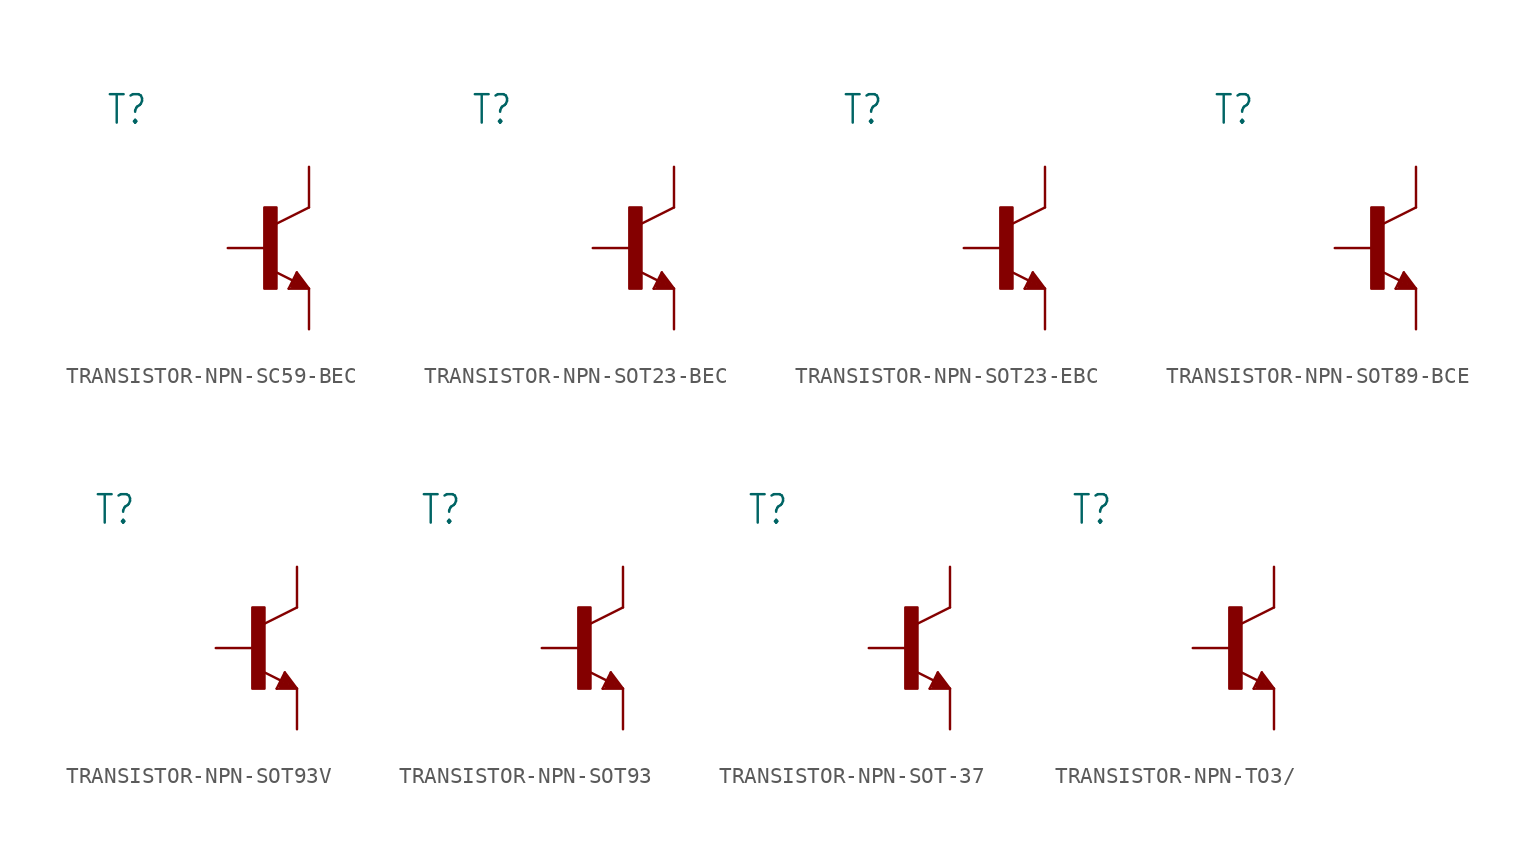
<source format=kicad_sym>
(kicad_symbol_lib
  (version 20231120)
  (generator "kicad_symbol_editor")
  (generator_version "8.0")
  (symbol "TRANSISTOR-NPN-SC59-BEC"
    (property "Reference" "T"
      (at -10.16 7.62 0)
      (effects (font (size 1.778 1.511)) (justify left bottom)))
    (property "Value" ""
      (at -10.16 5.08 0)
      (effects (font (size 1.778 1.511)) (justify left bottom)))
    (property "ki_locked" ""
      (at 0 0 0)
      (effects (font (size 1.27 1.27))))
    (symbol "TRANSISTOR-NPN-SC59-BEC_1_0"
      (rectangle (start -0.254 -2.54) (end 0.508 2.54) (stroke (width 0) (type default)) (fill (type outline)))
      (polyline (pts (xy 1.27 -2.54) (xy 1.778 -1.524)) (stroke (width 0.152) (type solid)) (fill (type none)))
      (polyline (pts (xy 1.524 -2.413) (xy 2.286 -2.413)) (stroke (width 0.254) (type solid)) (fill (type none)))
      (polyline (pts (xy 1.524 -2.286) (xy 1.905 -2.286)) (stroke (width 0.254) (type solid)) (fill (type none)))
      (polyline (pts (xy 1.54 -2.04) (xy 0.308 -1.424)) (stroke (width 0.152) (type solid)) (fill (type none)))
      (polyline (pts (xy 1.778 -1.778) (xy 1.524 -2.286)) (stroke (width 0.254) (type solid)) (fill (type none)))
      (polyline (pts (xy 1.778 -1.524) (xy 2.54 -2.54)) (stroke (width 0.152) (type solid)) (fill (type none)))
      (polyline (pts (xy 1.905 -2.286) (xy 1.778 -2.032)) (stroke (width 0.254) (type solid)) (fill (type none)))
      (polyline (pts (xy 2.286 -2.413) (xy 1.778 -1.778)) (stroke (width 0.254) (type solid)) (fill (type none)))
      (polyline (pts (xy 2.54 -2.54) (xy 1.27 -2.54)) (stroke (width 0.152) (type solid)) (fill (type none)))
      (polyline (pts (xy 2.54 2.54) (xy 0.508 1.524)) (stroke (width 0.152) (type solid)) (fill (type none)))
      (pin passive line (at -2.54 0 0) (length 2.54) (name "B" (effects (font (size 0 0)))) (number "B" (effects (font (size 0 0)))))
      (pin passive line (at 2.54 5.08 270) (length 2.54) (name "C" (effects (font (size 0 0)))) (number "C" (effects (font (size 0 0)))))
      (pin passive line (at 2.54 -5.08 90) (length 2.54) (name "E" (effects (font (size 0 0)))) (number "E" (effects (font (size 0 0)))))))
  (symbol "TRANSISTOR-NPN-SOT23-BEC"
    (property "Reference" "T"
      (at -10.16 7.62 0)
      (effects (font (size 1.778 1.511)) (justify left bottom)))
    (property "Value" ""
      (at -10.16 5.08 0)
      (effects (font (size 1.778 1.511)) (justify left bottom)))
    (property "ki_locked" ""
      (at 0 0 0)
      (effects (font (size 1.27 1.27))))
    (symbol "TRANSISTOR-NPN-SOT23-BEC_1_0"
      (rectangle (start -0.254 -2.54) (end 0.508 2.54) (stroke (width 0) (type default)) (fill (type outline)))
      (polyline (pts (xy 1.27 -2.54) (xy 1.778 -1.524)) (stroke (width 0.152) (type solid)) (fill (type none)))
      (polyline (pts (xy 1.524 -2.413) (xy 2.286 -2.413)) (stroke (width 0.254) (type solid)) (fill (type none)))
      (polyline (pts (xy 1.524 -2.286) (xy 1.905 -2.286)) (stroke (width 0.254) (type solid)) (fill (type none)))
      (polyline (pts (xy 1.54 -2.04) (xy 0.308 -1.424)) (stroke (width 0.152) (type solid)) (fill (type none)))
      (polyline (pts (xy 1.778 -1.778) (xy 1.524 -2.286)) (stroke (width 0.254) (type solid)) (fill (type none)))
      (polyline (pts (xy 1.778 -1.524) (xy 2.54 -2.54)) (stroke (width 0.152) (type solid)) (fill (type none)))
      (polyline (pts (xy 1.905 -2.286) (xy 1.778 -2.032)) (stroke (width 0.254) (type solid)) (fill (type none)))
      (polyline (pts (xy 2.286 -2.413) (xy 1.778 -1.778)) (stroke (width 0.254) (type solid)) (fill (type none)))
      (polyline (pts (xy 2.54 -2.54) (xy 1.27 -2.54)) (stroke (width 0.152) (type solid)) (fill (type none)))
      (polyline (pts (xy 2.54 2.54) (xy 0.508 1.524)) (stroke (width 0.152) (type solid)) (fill (type none)))
      (pin passive line (at -2.54 0 0) (length 2.54) (name "B" (effects (font (size 0 0)))) (number "B" (effects (font (size 0 0)))))
      (pin passive line (at 2.54 5.08 270) (length 2.54) (name "C" (effects (font (size 0 0)))) (number "C" (effects (font (size 0 0)))))
      (pin passive line (at 2.54 -5.08 90) (length 2.54) (name "E" (effects (font (size 0 0)))) (number "E" (effects (font (size 0 0)))))))
  (symbol "TRANSISTOR-NPN-SOT23-EBC"
    (property "Reference" "T"
      (at -10.16 7.62 0)
      (effects (font (size 1.778 1.511)) (justify left bottom)))
    (property "Value" ""
      (at -10.16 5.08 0)
      (effects (font (size 1.778 1.511)) (justify left bottom)))
    (property "ki_locked" ""
      (at 0 0 0)
      (effects (font (size 1.27 1.27))))
    (symbol "TRANSISTOR-NPN-SOT23-EBC_1_0"
      (rectangle (start -0.254 -2.54) (end 0.508 2.54) (stroke (width 0) (type default)) (fill (type outline)))
      (polyline (pts (xy 1.27 -2.54) (xy 1.778 -1.524)) (stroke (width 0.152) (type solid)) (fill (type none)))
      (polyline (pts (xy 1.524 -2.413) (xy 2.286 -2.413)) (stroke (width 0.254) (type solid)) (fill (type none)))
      (polyline (pts (xy 1.524 -2.286) (xy 1.905 -2.286)) (stroke (width 0.254) (type solid)) (fill (type none)))
      (polyline (pts (xy 1.54 -2.04) (xy 0.308 -1.424)) (stroke (width 0.152) (type solid)) (fill (type none)))
      (polyline (pts (xy 1.778 -1.778) (xy 1.524 -2.286)) (stroke (width 0.254) (type solid)) (fill (type none)))
      (polyline (pts (xy 1.778 -1.524) (xy 2.54 -2.54)) (stroke (width 0.152) (type solid)) (fill (type none)))
      (polyline (pts (xy 1.905 -2.286) (xy 1.778 -2.032)) (stroke (width 0.254) (type solid)) (fill (type none)))
      (polyline (pts (xy 2.286 -2.413) (xy 1.778 -1.778)) (stroke (width 0.254) (type solid)) (fill (type none)))
      (polyline (pts (xy 2.54 -2.54) (xy 1.27 -2.54)) (stroke (width 0.152) (type solid)) (fill (type none)))
      (polyline (pts (xy 2.54 2.54) (xy 0.508 1.524)) (stroke (width 0.152) (type solid)) (fill (type none)))
      (pin passive line (at -2.54 0 0) (length 2.54) (name "B" (effects (font (size 0 0)))) (number "B" (effects (font (size 0 0)))))
      (pin passive line (at 2.54 5.08 270) (length 2.54) (name "C" (effects (font (size 0 0)))) (number "C" (effects (font (size 0 0)))))
      (pin passive line (at 2.54 -5.08 90) (length 2.54) (name "E" (effects (font (size 0 0)))) (number "E" (effects (font (size 0 0)))))))
  (symbol "TRANSISTOR-NPN-SOT89-BCE"
    (property "Reference" "T"
      (at -10.16 7.62 0)
      (effects (font (size 1.778 1.511)) (justify left bottom)))
    (property "Value" ""
      (at -10.16 5.08 0)
      (effects (font (size 1.778 1.511)) (justify left bottom)))
    (property "ki_locked" ""
      (at 0 0 0)
      (effects (font (size 1.27 1.27))))
    (symbol "TRANSISTOR-NPN-SOT89-BCE_1_0"
      (rectangle (start -0.254 -2.54) (end 0.508 2.54) (stroke (width 0) (type default)) (fill (type outline)))
      (polyline (pts (xy 1.27 -2.54) (xy 1.778 -1.524)) (stroke (width 0.152) (type solid)) (fill (type none)))
      (polyline (pts (xy 1.524 -2.413) (xy 2.286 -2.413)) (stroke (width 0.254) (type solid)) (fill (type none)))
      (polyline (pts (xy 1.524 -2.286) (xy 1.905 -2.286)) (stroke (width 0.254) (type solid)) (fill (type none)))
      (polyline (pts (xy 1.54 -2.04) (xy 0.308 -1.424)) (stroke (width 0.152) (type solid)) (fill (type none)))
      (polyline (pts (xy 1.778 -1.778) (xy 1.524 -2.286)) (stroke (width 0.254) (type solid)) (fill (type none)))
      (polyline (pts (xy 1.778 -1.524) (xy 2.54 -2.54)) (stroke (width 0.152) (type solid)) (fill (type none)))
      (polyline (pts (xy 1.905 -2.286) (xy 1.778 -2.032)) (stroke (width 0.254) (type solid)) (fill (type none)))
      (polyline (pts (xy 2.286 -2.413) (xy 1.778 -1.778)) (stroke (width 0.254) (type solid)) (fill (type none)))
      (polyline (pts (xy 2.54 -2.54) (xy 1.27 -2.54)) (stroke (width 0.152) (type solid)) (fill (type none)))
      (polyline (pts (xy 2.54 2.54) (xy 0.508 1.524)) (stroke (width 0.152) (type solid)) (fill (type none)))
      (pin passive line (at -2.54 0 0) (length 2.54) (name "B" (effects (font (size 0 0)))) (number "B" (effects (font (size 0 0)))))
      (pin passive line (at 2.54 5.08 270) (length 2.54) (name "C" (effects (font (size 0 0)))) (number "C" (effects (font (size 0 0)))))
      (pin passive line (at 2.54 -5.08 90) (length 2.54) (name "E" (effects (font (size 0 0)))) (number "E" (effects (font (size 0 0)))))))
  (symbol "TRANSISTOR-NPN-SOT93V"
    (property "Reference" "T"
      (at -10.16 7.62 0)
      (effects (font (size 1.778 1.511)) (justify left bottom)))
    (property "Value" ""
      (at -10.16 5.08 0)
      (effects (font (size 1.778 1.511)) (justify left bottom)))
    (property "ki_locked" ""
      (at 0 0 0)
      (effects (font (size 1.27 1.27))))
    (symbol "TRANSISTOR-NPN-SOT93V_1_0"
      (rectangle (start -0.254 -2.54) (end 0.508 2.54) (stroke (width 0) (type default)) (fill (type outline)))
      (polyline (pts (xy 1.27 -2.54) (xy 1.778 -1.524)) (stroke (width 0.152) (type solid)) (fill (type none)))
      (polyline (pts (xy 1.524 -2.413) (xy 2.286 -2.413)) (stroke (width 0.254) (type solid)) (fill (type none)))
      (polyline (pts (xy 1.524 -2.286) (xy 1.905 -2.286)) (stroke (width 0.254) (type solid)) (fill (type none)))
      (polyline (pts (xy 1.54 -2.04) (xy 0.308 -1.424)) (stroke (width 0.152) (type solid)) (fill (type none)))
      (polyline (pts (xy 1.778 -1.778) (xy 1.524 -2.286)) (stroke (width 0.254) (type solid)) (fill (type none)))
      (polyline (pts (xy 1.778 -1.524) (xy 2.54 -2.54)) (stroke (width 0.152) (type solid)) (fill (type none)))
      (polyline (pts (xy 1.905 -2.286) (xy 1.778 -2.032)) (stroke (width 0.254) (type solid)) (fill (type none)))
      (polyline (pts (xy 2.286 -2.413) (xy 1.778 -1.778)) (stroke (width 0.254) (type solid)) (fill (type none)))
      (polyline (pts (xy 2.54 -2.54) (xy 1.27 -2.54)) (stroke (width 0.152) (type solid)) (fill (type none)))
      (polyline (pts (xy 2.54 2.54) (xy 0.508 1.524)) (stroke (width 0.152) (type solid)) (fill (type none)))
      (pin passive line (at -2.54 0 0) (length 2.54) (name "B" (effects (font (size 0 0)))) (number "B" (effects (font (size 0 0)))))
      (pin passive line (at 2.54 5.08 270) (length 2.54) (name "C" (effects (font (size 0 0)))) (number "C" (effects (font (size 0 0)))))
      (pin passive line (at 2.54 -5.08 90) (length 2.54) (name "E" (effects (font (size 0 0)))) (number "E" (effects (font (size 0 0)))))))
  (symbol "TRANSISTOR-NPN-SOT93"
    (property "Reference" "T"
      (at -10.16 7.62 0)
      (effects (font (size 1.778 1.511)) (justify left bottom)))
    (property "Value" ""
      (at -10.16 5.08 0)
      (effects (font (size 1.778 1.511)) (justify left bottom)))
    (property "ki_locked" ""
      (at 0 0 0)
      (effects (font (size 1.27 1.27))))
    (symbol "TRANSISTOR-NPN-SOT93_1_0"
      (rectangle (start -0.254 -2.54) (end 0.508 2.54) (stroke (width 0) (type default)) (fill (type outline)))
      (polyline (pts (xy 1.27 -2.54) (xy 1.778 -1.524)) (stroke (width 0.152) (type solid)) (fill (type none)))
      (polyline (pts (xy 1.524 -2.413) (xy 2.286 -2.413)) (stroke (width 0.254) (type solid)) (fill (type none)))
      (polyline (pts (xy 1.524 -2.286) (xy 1.905 -2.286)) (stroke (width 0.254) (type solid)) (fill (type none)))
      (polyline (pts (xy 1.54 -2.04) (xy 0.308 -1.424)) (stroke (width 0.152) (type solid)) (fill (type none)))
      (polyline (pts (xy 1.778 -1.778) (xy 1.524 -2.286)) (stroke (width 0.254) (type solid)) (fill (type none)))
      (polyline (pts (xy 1.778 -1.524) (xy 2.54 -2.54)) (stroke (width 0.152) (type solid)) (fill (type none)))
      (polyline (pts (xy 1.905 -2.286) (xy 1.778 -2.032)) (stroke (width 0.254) (type solid)) (fill (type none)))
      (polyline (pts (xy 2.286 -2.413) (xy 1.778 -1.778)) (stroke (width 0.254) (type solid)) (fill (type none)))
      (polyline (pts (xy 2.54 -2.54) (xy 1.27 -2.54)) (stroke (width 0.152) (type solid)) (fill (type none)))
      (polyline (pts (xy 2.54 2.54) (xy 0.508 1.524)) (stroke (width 0.152) (type solid)) (fill (type none)))
      (pin passive line (at -2.54 0 0) (length 2.54) (name "B" (effects (font (size 0 0)))) (number "B" (effects (font (size 0 0)))))
      (pin passive line (at 2.54 5.08 270) (length 2.54) (name "C" (effects (font (size 0 0)))) (number "C" (effects (font (size 0 0)))))
      (pin passive line (at 2.54 -5.08 90) (length 2.54) (name "E" (effects (font (size 0 0)))) (number "E" (effects (font (size 0 0)))))))
  (symbol "TRANSISTOR-NPN-SOT-37"
    (property "Reference" "T"
      (at -10.16 7.62 0)
      (effects (font (size 1.778 1.511)) (justify left bottom)))
    (property "Value" ""
      (at -10.16 5.08 0)
      (effects (font (size 1.778 1.511)) (justify left bottom)))
    (property "ki_locked" ""
      (at 0 0 0)
      (effects (font (size 1.27 1.27))))
    (symbol "TRANSISTOR-NPN-SOT-37_1_0"
      (rectangle (start -0.254 -2.54) (end 0.508 2.54) (stroke (width 0) (type default)) (fill (type outline)))
      (polyline (pts (xy 1.27 -2.54) (xy 1.778 -1.524)) (stroke (width 0.152) (type solid)) (fill (type none)))
      (polyline (pts (xy 1.524 -2.413) (xy 2.286 -2.413)) (stroke (width 0.254) (type solid)) (fill (type none)))
      (polyline (pts (xy 1.524 -2.286) (xy 1.905 -2.286)) (stroke (width 0.254) (type solid)) (fill (type none)))
      (polyline (pts (xy 1.54 -2.04) (xy 0.308 -1.424)) (stroke (width 0.152) (type solid)) (fill (type none)))
      (polyline (pts (xy 1.778 -1.778) (xy 1.524 -2.286)) (stroke (width 0.254) (type solid)) (fill (type none)))
      (polyline (pts (xy 1.778 -1.524) (xy 2.54 -2.54)) (stroke (width 0.152) (type solid)) (fill (type none)))
      (polyline (pts (xy 1.905 -2.286) (xy 1.778 -2.032)) (stroke (width 0.254) (type solid)) (fill (type none)))
      (polyline (pts (xy 2.286 -2.413) (xy 1.778 -1.778)) (stroke (width 0.254) (type solid)) (fill (type none)))
      (polyline (pts (xy 2.54 -2.54) (xy 1.27 -2.54)) (stroke (width 0.152) (type solid)) (fill (type none)))
      (polyline (pts (xy 2.54 2.54) (xy 0.508 1.524)) (stroke (width 0.152) (type solid)) (fill (type none)))
      (pin passive line (at 2.54 5.08 270) (length 2.54) (name "C" (effects (font (size 0 0)))) (number "1" (effects (font (size 0 0)))))
      (pin passive line (at 2.54 -5.08 90) (length 2.54) (name "E" (effects (font (size 0 0)))) (number "2" (effects (font (size 0 0)))))
      (pin passive line (at -2.54 0 0) (length 2.54) (name "B" (effects (font (size 0 0)))) (number "3" (effects (font (size 0 0)))))))
  (symbol "TRANSISTOR-NPN-TO3/"
    (property "Reference" "T"
      (at -10.16 7.62 0)
      (effects (font (size 1.778 1.511)) (justify left bottom)))
    (property "Value" ""
      (at -10.16 5.08 0)
      (effects (font (size 1.778 1.511)) (justify left bottom)))
    (property "ki_locked" ""
      (at 0 0 0)
      (effects (font (size 1.27 1.27))))
    (symbol "TRANSISTOR-NPN-TO3/_1_0"
      (rectangle (start -0.254 -2.54) (end 0.508 2.54) (stroke (width 0) (type default)) (fill (type outline)))
      (polyline (pts (xy 1.27 -2.54) (xy 1.778 -1.524)) (stroke (width 0.152) (type solid)) (fill (type none)))
      (polyline (pts (xy 1.524 -2.413) (xy 2.286 -2.413)) (stroke (width 0.254) (type solid)) (fill (type none)))
      (polyline (pts (xy 1.524 -2.286) (xy 1.905 -2.286)) (stroke (width 0.254) (type solid)) (fill (type none)))
      (polyline (pts (xy 1.54 -2.04) (xy 0.308 -1.424)) (stroke (width 0.152) (type solid)) (fill (type none)))
      (polyline (pts (xy 1.778 -1.778) (xy 1.524 -2.286)) (stroke (width 0.254) (type solid)) (fill (type none)))
      (polyline (pts (xy 1.778 -1.524) (xy 2.54 -2.54)) (stroke (width 0.152) (type solid)) (fill (type none)))
      (polyline (pts (xy 1.905 -2.286) (xy 1.778 -2.032)) (stroke (width 0.254) (type solid)) (fill (type none)))
      (polyline (pts (xy 2.286 -2.413) (xy 1.778 -1.778)) (stroke (width 0.254) (type solid)) (fill (type none)))
      (polyline (pts (xy 2.54 -2.54) (xy 1.27 -2.54)) (stroke (width 0.152) (type solid)) (fill (type none)))
      (polyline (pts (xy 2.54 2.54) (xy 0.508 1.524)) (stroke (width 0.152) (type solid)) (fill (type none)))
      (pin passive line (at -2.54 0 0) (length 2.54) (name "B" (effects (font (size 0 0)))) (number "B" (effects (font (size 0 0)))))
      (pin passive line (at 2.54 5.08 270) (length 2.54) (name "C" (effects (font (size 0 0)))) (number "C" (effects (font (size 0 0)))))
      (pin passive line (at 2.54 -5.08 90) (length 2.54) (name "E" (effects (font (size 0 0)))) (number "E" (effects (font (size 0 0))))))))
</source>
